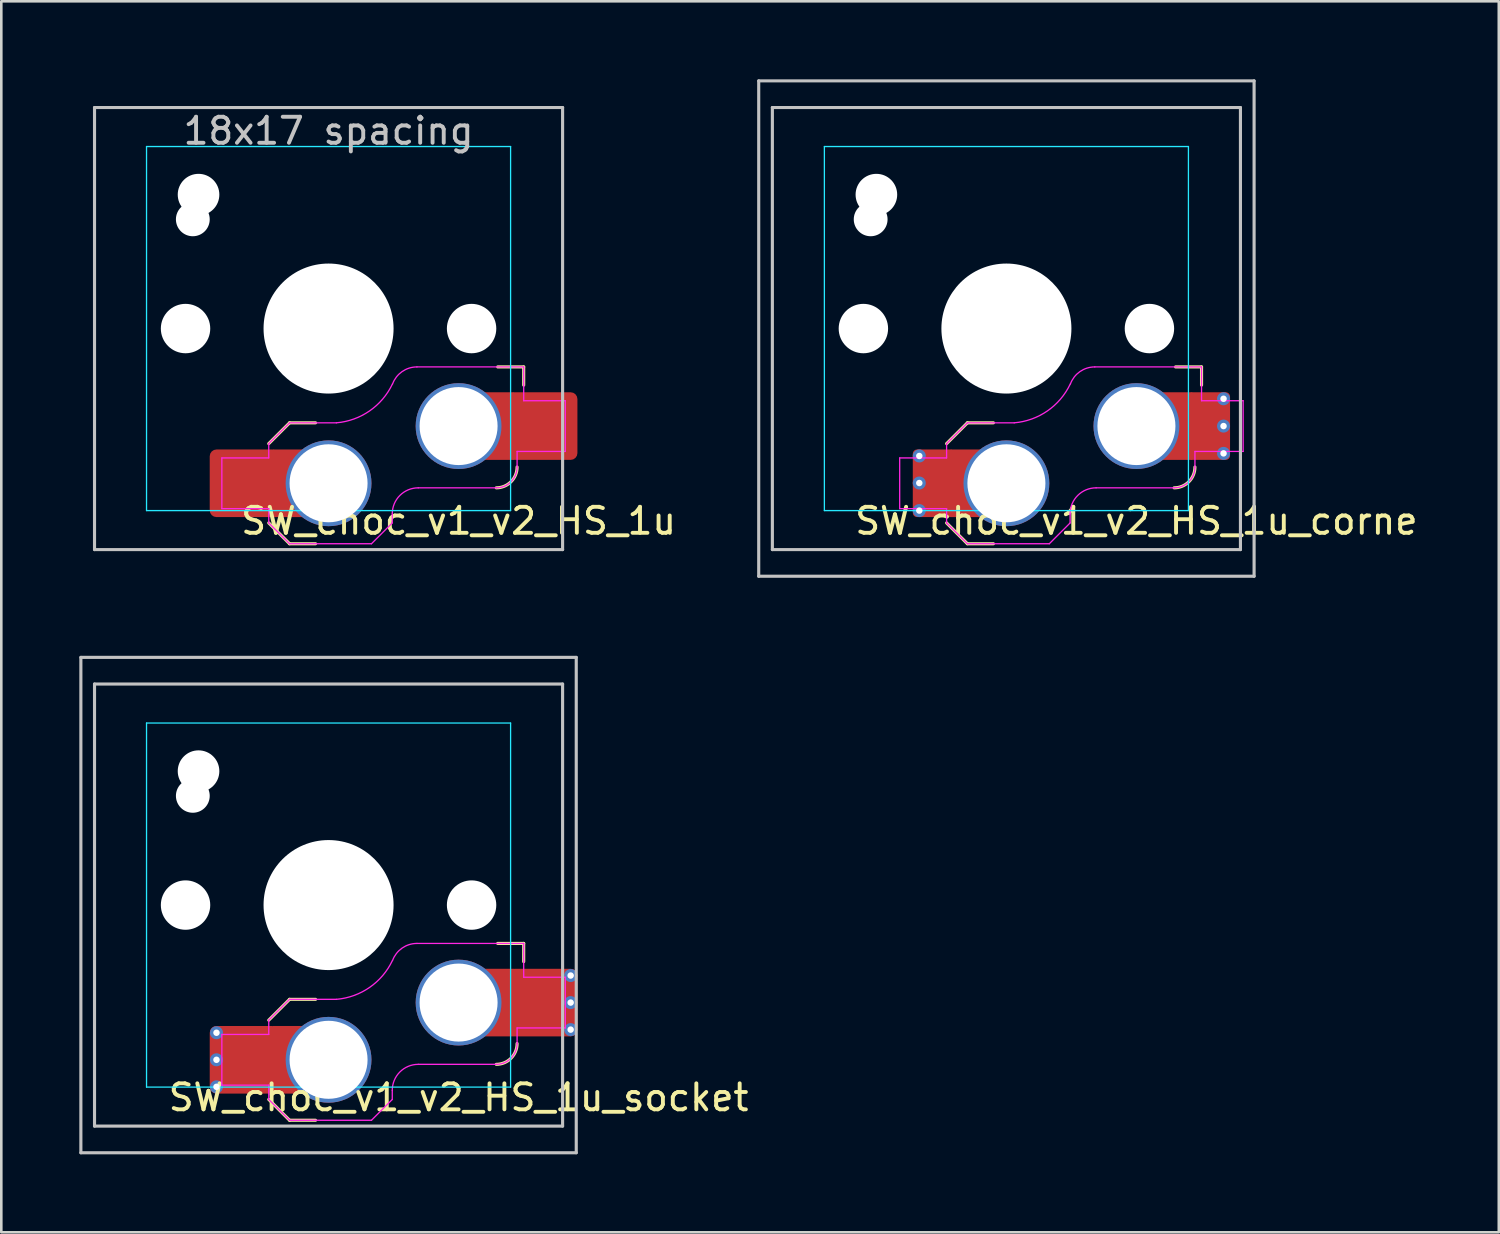
<source format=kicad_pcb>
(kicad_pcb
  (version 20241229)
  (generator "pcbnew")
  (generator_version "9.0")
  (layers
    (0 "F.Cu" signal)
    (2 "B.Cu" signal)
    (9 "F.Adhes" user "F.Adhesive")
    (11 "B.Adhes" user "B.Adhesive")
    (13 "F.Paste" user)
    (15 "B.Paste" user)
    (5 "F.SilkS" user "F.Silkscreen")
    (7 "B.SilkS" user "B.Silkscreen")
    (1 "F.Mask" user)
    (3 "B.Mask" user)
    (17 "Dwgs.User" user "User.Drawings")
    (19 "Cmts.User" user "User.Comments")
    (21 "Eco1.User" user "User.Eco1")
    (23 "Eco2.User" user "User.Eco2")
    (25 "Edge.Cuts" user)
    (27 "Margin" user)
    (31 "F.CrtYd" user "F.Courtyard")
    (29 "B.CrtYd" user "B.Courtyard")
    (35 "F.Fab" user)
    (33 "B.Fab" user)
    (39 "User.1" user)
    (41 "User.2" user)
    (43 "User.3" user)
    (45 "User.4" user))
  (footprint "SW_choc_v1_v2_HS_1u_corne"
    (layer "F.Cu")
    (at 35.652 9.585)
    (property "Reference" "SW_choc_v1_v2_HS_1u_corne" (at 5 7.4 180) (layer "F.SilkS") (effects (font (size 1 1) (thickness 0.15))))
    (attr smd)
    (fp_line (start -2.3 7.475) (end -1.5 8.275) (stroke (width 0.12) (type solid)) (layer "F.SilkS"))
    (fp_line (start -1.5 3.625) (end -2.3 4.425) (stroke (width 0.12) (type solid)) (layer "F.SilkS"))
    (fp_line (start -1.5 3.625) (end -0.5 3.625) (stroke (width 0.12) (type solid)) (layer "F.SilkS"))
    (fp_line (start -1.5 8.275) (end -0.5 8.275) (stroke (width 0.12) (type solid)) (layer "F.SilkS"))
    (fp_line (start 7.504 1.475) (end 6.504 1.475) (stroke (width 0.12) (type solid)) (layer "F.SilkS"))
    (fp_line (start 7.504 1.475) (end 7.504 2.175) (stroke (width 0.12) (type solid)) (layer "F.SilkS"))
    (fp_arc (start 7.25 5.325) (mid 7.015685 5.890685) (end 6.45 6.125) (stroke (width 0.12) (type solid)) (layer "F.SilkS"))
    (fp_line (start -9.525 -9.525) (end 9.525 -9.525) (stroke (width 0.12) (type solid)) (layer "Dwgs.User"))
    (fp_line (start -9.525 9.525) (end -9.525 -9.525) (stroke (width 0.12) (type solid)) (layer "Dwgs.User"))
    (fp_line (start -9 -8.5) (end -9 8.5) (stroke (width 0.12) (type solid)) (layer "Dwgs.User"))
    (fp_line (start -9 8.5) (end 9 8.5) (stroke (width 0.12) (type solid)) (layer "Dwgs.User"))
    (fp_line (start 9 -8.5) (end -9 -8.5) (stroke (width 0.12) (type solid)) (layer "Dwgs.User"))
    (fp_line (start 9 8.5) (end 9 -8.5) (stroke (width 0.12) (type solid)) (layer "Dwgs.User"))
    (fp_line (start 9.525 -9.525) (end 9.525 9.525) (stroke (width 0.12) (type solid)) (layer "Dwgs.User"))
    (fp_line (start 9.525 9.525) (end -9.525 9.525) (stroke (width 0.12) (type solid)) (layer "Dwgs.User"))
    (fp_line (start -6.95 -6.45) (end -6.95 6.45) (stroke (width 0.05) (type solid)) (layer "Eco2.User"))
    (fp_line (start -6.45 6.95) (end 6.45 6.95) (stroke (width 0.05) (type solid)) (layer "Eco2.User"))
    (fp_line (start 6.45 -6.95) (end -6.45 -6.95) (stroke (width 0.05) (type solid)) (layer "Eco2.User"))
    (fp_line (start 6.95 6.45) (end 6.95 -6.45) (stroke (width 0.05) (type solid)) (layer "Eco2.User"))
    (fp_arc (start -6.95 -6.45) (mid -6.803553 -6.803553) (end -6.45 -6.95) (stroke (width 0.05) (type solid)) (layer "Eco2.User"))
    (fp_arc (start -6.45 6.95) (mid -6.803553 6.803553) (end -6.95 6.45) (stroke (width 0.05) (type solid)) (layer "Eco2.User"))
    (fp_arc (start 6.45 -6.95) (mid 6.803553 -6.803553) (end 6.95 -6.45) (stroke (width 0.05) (type solid)) (layer "Eco2.User"))
    (fp_arc (start 6.95 6.45) (mid 6.803553 6.803553) (end 6.45 6.95) (stroke (width 0.05) (type solid)) (layer "Eco2.User"))
    (fp_line (start -7 -7) (end -7 7) (stroke (width 0.05) (type solid)) (layer "B.CrtYd"))
    (fp_line (start -7 7) (end 7 7) (stroke (width 0.05) (type solid)) (layer "B.CrtYd"))
    (fp_line (start 7 -7) (end -7 -7) (stroke (width 0.05) (type solid)) (layer "B.CrtYd"))
    (fp_line (start 7 7) (end 7 -7) (stroke (width 0.05) (type solid)) (layer "B.CrtYd"))
    (fp_line (start -4.104 4.975) (end -4.104 6.925) (stroke (width 0.05) (type solid)) (layer "F.CrtYd"))
    (fp_line (start -4.104 4.975) (end -2.3 4.975) (stroke (width 0.05) (type solid)) (layer "F.CrtYd"))
    (fp_line (start -4.104 6.925) (end -2.3 6.925) (stroke (width 0.05) (type solid)) (layer "F.CrtYd"))
    (fp_line (start -2.3 4.975) (end -2.3 4.425) (stroke (width 0.05) (type solid)) (layer "F.CrtYd"))
    (fp_line (start -2.3 7.475) (end -2.3 6.925) (stroke (width 0.05) (type solid)) (layer "F.CrtYd"))
    (fp_line (start -2.3 7.475) (end -1.5 8.275) (stroke (width 0.05) (type solid)) (layer "F.CrtYd"))
    (fp_line (start -1.5 3.625) (end -2.3 4.425) (stroke (width 0.05) (type solid)) (layer "F.CrtYd"))
    (fp_line (start -1.5 3.625) (end 0.3 3.625) (stroke (width 0.05) (type solid)) (layer "F.CrtYd"))
    (fp_line (start -1.5 8.275) (end 1.65 8.275) (stroke (width 0.05) (type solid)) (layer "F.CrtYd"))
    (fp_line (start 2.45 7.475) (end 1.65 8.275) (stroke (width 0.05) (type solid)) (layer "F.CrtYd"))
    (fp_line (start 2.45 7.475) (end 2.45 7.125) (stroke (width 0.05) (type solid)) (layer "F.CrtYd"))
    (fp_line (start 3.45 6.125) (end 6.45 6.125) (stroke (width 0.05) (type solid)) (layer "F.CrtYd"))
    (fp_line (start 7.25 4.725) (end 9.104 4.725) (stroke (width 0.05) (type solid)) (layer "F.CrtYd"))
    (fp_line (start 7.25 5.325) (end 7.25 4.725) (stroke (width 0.05) (type solid)) (layer "F.CrtYd"))
    (fp_line (start 7.504 1.475) (end 3.4 1.475) (stroke (width 0.05) (type solid)) (layer "F.CrtYd"))
    (fp_line (start 7.504 1.475) (end 7.504 2.175) (stroke (width 0.05) (type solid)) (layer "F.CrtYd"))
    (fp_line (start 7.504 2.175) (end 7.504 2.775) (stroke (width 0.05) (type solid)) (layer "F.CrtYd"))
    (fp_line (start 9.104 2.775) (end 7.504 2.775) (stroke (width 0.05) (type solid)) (layer "F.CrtYd"))
    (fp_line (start 9.104 4.725) (end 9.104 2.775) (stroke (width 0.05) (type solid)) (layer "F.CrtYd"))
    (fp_arc (start 2.45 7.125) (mid 2.742893 6.417893) (end 3.45 6.125) (stroke (width 0.05) (type solid)) (layer "F.CrtYd"))
    (fp_arc (start 2.455444 2.13293) (mid 1.577272 3.167235) (end 0.299999 3.624999) (stroke (width 0.05) (type solid)) (layer "F.CrtYd"))
    (fp_arc (start 2.460307 2.13298) (mid 2.826423 1.655848) (end 3.4 1.475) (stroke (width 0.05) (type solid)) (layer "F.CrtYd"))
    (fp_arc (start 7.25 5.325) (mid 7.015685 5.890685) (end 6.45 6.125) (stroke (width 0.05) (type solid)) (layer "F.CrtYd"))
    (pad "" np_thru_hole circle (at -5.5 0 180) (size 1.9 1.9) (drill 1.9) (layers "*.Cu" "*.Mask"))
    (pad "" np_thru_hole circle (at -5.22 -4.2 180) (size 1.3 1.3) (drill 1.3) (layers "*.Cu" "*.Mask"))
    (pad "" np_thru_hole circle (at -5 -5.15 180) (size 1.6 1.6) (drill 1.6) (layers "*.Cu" "*.Mask"))
    (pad "" np_thru_hole circle (at 0 0 180) (size 5 5) (drill 5) (layers "*.Cu" "*.Mask"))
    (pad "" np_thru_hole circle (at 5.5 0 180) (size 1.9 1.9) (drill 1.9) (layers "*.Cu" "*.Mask"))
    (pad "1" thru_hole circle (at 5 3.75) (size 3.3 3.3) (drill 3) (layers "*.Cu"))
    (pad "1" smd rect (at 6.55 3.75) (size 1.2 2.6) (layers "F.Cu"))
    (pad "1" smd roundrect (at 7.8 3.75) (size 1.6 2.6) (layers "F.Cu" "F.Mask" "F.Paste") (roundrect_rratio 0.1))
    (pad "1" thru_hole circle (at 8.35 2.7) (size 0.5 0.5) (drill 0.25) (layers "*.Cu"))
    (pad "1" thru_hole circle (at 8.35 3.75) (size 0.5 0.5) (drill 0.25) (layers "*.Cu"))
    (pad "1" thru_hole circle (at 8.35 4.8) (size 0.5 0.5) (drill 0.25) (layers "*.Cu"))
    (pad "2" thru_hole circle (at -3.35 4.9) (size 0.5 0.5) (drill 0.25) (layers "*.Cu"))
    (pad "2" thru_hole circle (at -3.35 5.94) (size 0.5 0.5) (drill 0.25) (layers "*.Cu"))
    (pad "2" thru_hole circle (at -3.35 7) (size 0.5 0.5) (drill 0.25) (layers "*.Cu"))
    (pad "2" smd roundrect (at -2.8 5.95) (size 1.6 2.6) (layers "F.Cu" "F.Mask" "F.Paste") (roundrect_rratio 0.1))
    (pad "2" smd rect (at -1.55 5.95 180) (size 1.2 2.6) (layers "F.Cu"))
    (pad "2" thru_hole circle (at 0 5.95) (size 3.3 3.3) (drill 3) (layers "*.Cu")))
  (footprint "SW_choc_v1_v2_HS_1u"
    (layer "F.Cu")
    (at 9.585 9.585)
    (property "Reference" "SW_choc_v1_v2_HS_1u" (at 5 7.4 180) (layer "F.SilkS") (effects (font (size 1 1) (thickness 0.15))))
    (attr smd)
    (fp_line (start -2.3 7.475) (end -1.5 8.275) (stroke (width 0.12) (type solid)) (layer "F.SilkS"))
    (fp_line (start -1.5 3.625) (end -2.3 4.425) (stroke (width 0.12) (type solid)) (layer "F.SilkS"))
    (fp_line (start -1.5 3.625) (end -0.5 3.625) (stroke (width 0.12) (type solid)) (layer "F.SilkS"))
    (fp_line (start -1.5 8.275) (end -0.5 8.275) (stroke (width 0.12) (type solid)) (layer "F.SilkS"))
    (fp_line (start 7.504 1.475) (end 6.504 1.475) (stroke (width 0.12) (type solid)) (layer "F.SilkS"))
    (fp_line (start 7.504 1.475) (end 7.504 2.175) (stroke (width 0.12) (type solid)) (layer "F.SilkS"))
    (fp_arc (start 7.25 5.325) (mid 7.015685 5.890685) (end 6.45 6.125) (stroke (width 0.12) (type solid)) (layer "F.SilkS"))
    (fp_line (start -9 -8.5) (end -9 8.5) (stroke (width 0.12) (type solid)) (layer "Dwgs.User"))
    (fp_line (start -9 8.5) (end 9 8.5) (stroke (width 0.12) (type solid)) (layer "Dwgs.User"))
    (fp_line (start 9 -8.5) (end -9 -8.5) (stroke (width 0.12) (type solid)) (layer "Dwgs.User"))
    (fp_line (start 9 8.5) (end 9 -8.5) (stroke (width 0.12) (type solid)) (layer "Dwgs.User"))
    (fp_line (start -9.525 -9.525) (end 9.525 -9.525) (stroke (width 0.12) (type solid)) (layer "Eco1.User"))
    (fp_line (start -9.525 9.525) (end -9.525 -9.525) (stroke (width 0.12) (type solid)) (layer "Eco1.User"))
    (fp_line (start 9.525 -9.525) (end 9.525 9.525) (stroke (width 0.12) (type solid)) (layer "Eco1.User"))
    (fp_line (start 9.525 9.525) (end -9.525 9.525) (stroke (width 0.12) (type solid)) (layer "Eco1.User"))
    (fp_line (start -6.95 -6.45) (end -6.95 6.45) (stroke (width 0.05) (type solid)) (layer "Eco2.User"))
    (fp_line (start -6.45 6.95) (end 6.45 6.95) (stroke (width 0.05) (type solid)) (layer "Eco2.User"))
    (fp_line (start 6.45 -6.95) (end -6.45 -6.95) (stroke (width 0.05) (type solid)) (layer "Eco2.User"))
    (fp_line (start 6.95 6.45) (end 6.95 -6.45) (stroke (width 0.05) (type solid)) (layer "Eco2.User"))
    (fp_arc (start -6.95 -6.45) (mid -6.803553 -6.803553) (end -6.45 -6.95) (stroke (width 0.05) (type solid)) (layer "Eco2.User"))
    (fp_arc (start -6.45 6.95) (mid -6.803553 6.803553) (end -6.95 6.45) (stroke (width 0.05) (type solid)) (layer "Eco2.User"))
    (fp_arc (start 6.45 -6.95) (mid 6.803553 -6.803553) (end 6.95 -6.45) (stroke (width 0.05) (type solid)) (layer "Eco2.User"))
    (fp_arc (start 6.95 6.45) (mid 6.803553 6.803553) (end 6.45 6.95) (stroke (width 0.05) (type solid)) (layer "Eco2.User"))
    (fp_line (start -7 -7) (end -7 7) (stroke (width 0.05) (type solid)) (layer "B.CrtYd"))
    (fp_line (start -7 7) (end 7 7) (stroke (width 0.05) (type solid)) (layer "B.CrtYd"))
    (fp_line (start 7 -7) (end -7 -7) (stroke (width 0.05) (type solid)) (layer "B.CrtYd"))
    (fp_line (start 7 7) (end 7 -7) (stroke (width 0.05) (type solid)) (layer "B.CrtYd"))
    (fp_line (start -4.104 4.975) (end -4.104 6.925) (stroke (width 0.05) (type solid)) (layer "F.CrtYd"))
    (fp_line (start -4.104 4.975) (end -2.3 4.975) (stroke (width 0.05) (type solid)) (layer "F.CrtYd"))
    (fp_line (start -4.104 6.925) (end -2.3 6.925) (stroke (width 0.05) (type solid)) (layer "F.CrtYd"))
    (fp_line (start -2.3 4.975) (end -2.3 4.425) (stroke (width 0.05) (type solid)) (layer "F.CrtYd"))
    (fp_line (start -2.3 7.475) (end -2.3 6.925) (stroke (width 0.05) (type solid)) (layer "F.CrtYd"))
    (fp_line (start -2.3 7.475) (end -1.5 8.275) (stroke (width 0.05) (type solid)) (layer "F.CrtYd"))
    (fp_line (start -1.5 3.625) (end -2.3 4.425) (stroke (width 0.05) (type solid)) (layer "F.CrtYd"))
    (fp_line (start -1.5 3.625) (end 0.3 3.625) (stroke (width 0.05) (type solid)) (layer "F.CrtYd"))
    (fp_line (start -1.5 8.275) (end 1.65 8.275) (stroke (width 0.05) (type solid)) (layer "F.CrtYd"))
    (fp_line (start 2.45 7.475) (end 1.65 8.275) (stroke (width 0.05) (type solid)) (layer "F.CrtYd"))
    (fp_line (start 2.45 7.475) (end 2.45 7.125) (stroke (width 0.05) (type solid)) (layer "F.CrtYd"))
    (fp_line (start 3.45 6.125) (end 6.45 6.125) (stroke (width 0.05) (type solid)) (layer "F.CrtYd"))
    (fp_line (start 7.25 4.725) (end 9.104 4.725) (stroke (width 0.05) (type solid)) (layer "F.CrtYd"))
    (fp_line (start 7.25 5.325) (end 7.25 4.725) (stroke (width 0.05) (type solid)) (layer "F.CrtYd"))
    (fp_line (start 7.504 1.475) (end 3.4 1.475) (stroke (width 0.05) (type solid)) (layer "F.CrtYd"))
    (fp_line (start 7.504 1.475) (end 7.504 2.175) (stroke (width 0.05) (type solid)) (layer "F.CrtYd"))
    (fp_line (start 7.504 2.175) (end 7.504 2.775) (stroke (width 0.05) (type solid)) (layer "F.CrtYd"))
    (fp_line (start 9.104 2.775) (end 7.504 2.775) (stroke (width 0.05) (type solid)) (layer "F.CrtYd"))
    (fp_line (start 9.104 4.725) (end 9.104 2.775) (stroke (width 0.05) (type solid)) (layer "F.CrtYd"))
    (fp_arc (start 2.45 7.125) (mid 2.742893 6.417893) (end 3.45 6.125) (stroke (width 0.05) (type solid)) (layer "F.CrtYd"))
    (fp_arc (start 2.455444 2.13293) (mid 1.577272 3.167235) (end 0.299999 3.624999) (stroke (width 0.05) (type solid)) (layer "F.CrtYd"))
    (fp_arc (start 2.460307 2.13298) (mid 2.826423 1.655848) (end 3.4 1.475) (stroke (width 0.05) (type solid)) (layer "F.CrtYd"))
    (fp_arc (start 7.25 5.325) (mid 7.015685 5.890685) (end 6.45 6.125) (stroke (width 0.05) (type solid)) (layer "F.CrtYd"))
    (fp_text user "18x17 spacing" (at 0 -7.6 180) (layer "Dwgs.User") (effects (font (size 1 1) (thickness 0.15))))
    (fp_text user "19.05 spacing" (at 0 -8.7 180) (layer "Eco1.User") (effects (font (size 1 1) (thickness 0.15))))
    (pad "" np_thru_hole circle (at -5.5 0 180) (size 1.9 1.9) (drill 1.9) (layers "*.Cu" "*.Mask"))
    (pad "" np_thru_hole circle (at -5.22 -4.2 180) (size 1.3 1.3) (drill 1.3) (layers "*.Cu" "*.Mask"))
    (pad "" np_thru_hole circle (at -5 -5.15 180) (size 1.6 1.6) (drill 1.6) (layers "*.Cu" "*.Mask"))
    (pad "" np_thru_hole circle (at 0 0 180) (size 5 5) (drill 5) (layers "*.Cu" "*.Mask"))
    (pad "" np_thru_hole circle (at 5.5 0 180) (size 1.9 1.9) (drill 1.9) (layers "*.Cu" "*.Mask"))
    (pad "1" thru_hole circle (at 5 3.75) (size 3.3 3.3) (drill 3) (layers "*.Cu"))
    (pad "1" smd rect (at 6.55 3.75) (size 1.2 2.6) (layers "F.Cu"))
    (pad "1" smd roundrect (at 8.245 3.75) (size 2.65 2.6) (layers "F.Cu" "F.Mask" "F.Paste") (roundrect_rratio 0.1))
    (pad "2" smd roundrect (at -3.245 5.95) (size 2.65 2.6) (layers "F.Cu" "F.Mask" "F.Paste") (roundrect_rratio 0.1))
    (pad "2" smd rect (at -1.55 5.95 180) (size 1.2 2.6) (layers "F.Cu"))
    (pad "2" thru_hole circle (at 0 5.95) (size 3.3 3.3) (drill 3) (layers "*.Cu")))
  (footprint "SW_choc_v1_v2_HS_1u_socket"
    (layer "F.Cu")
    (at 9.585 31.755)
    (property "Reference" "SW_choc_v1_v2_HS_1u_socket" (at 5 7.4 180) (layer "F.SilkS") (effects (font (size 1 1) (thickness 0.15))))
    (attr smd)
    (fp_line (start -2.3 7.475) (end -1.5 8.275) (stroke (width 0.12) (type solid)) (layer "F.SilkS"))
    (fp_line (start -1.5 3.625) (end -2.3 4.425) (stroke (width 0.12) (type solid)) (layer "F.SilkS"))
    (fp_line (start -1.5 3.625) (end -0.5 3.625) (stroke (width 0.12) (type solid)) (layer "F.SilkS"))
    (fp_line (start -1.5 8.275) (end -0.5 8.275) (stroke (width 0.12) (type solid)) (layer "F.SilkS"))
    (fp_line (start 7.504 1.475) (end 6.504 1.475) (stroke (width 0.12) (type solid)) (layer "F.SilkS"))
    (fp_line (start 7.504 1.475) (end 7.504 2.175) (stroke (width 0.12) (type solid)) (layer "F.SilkS"))
    (fp_arc (start 7.25 5.325) (mid 7.015685 5.890685) (end 6.45 6.125) (stroke (width 0.12) (type solid)) (layer "F.SilkS"))
    (fp_line (start -9.525 -9.525) (end 9.525 -9.525) (stroke (width 0.12) (type solid)) (layer "Dwgs.User"))
    (fp_line (start -9.525 9.525) (end -9.525 -9.525) (stroke (width 0.12) (type solid)) (layer "Dwgs.User"))
    (fp_line (start -9 -8.5) (end -9 8.5) (stroke (width 0.12) (type solid)) (layer "Dwgs.User"))
    (fp_line (start -9 8.5) (end 9 8.5) (stroke (width 0.12) (type solid)) (layer "Dwgs.User"))
    (fp_line (start 9 -8.5) (end -9 -8.5) (stroke (width 0.12) (type solid)) (layer "Dwgs.User"))
    (fp_line (start 9 8.5) (end 9 -8.5) (stroke (width 0.12) (type solid)) (layer "Dwgs.User"))
    (fp_line (start 9.525 -9.525) (end 9.525 9.525) (stroke (width 0.12) (type solid)) (layer "Dwgs.User"))
    (fp_line (start 9.525 9.525) (end -9.525 9.525) (stroke (width 0.12) (type solid)) (layer "Dwgs.User"))
    (fp_line (start -6.95 -6.45) (end -6.95 6.45) (stroke (width 0.05) (type solid)) (layer "Eco2.User"))
    (fp_line (start -6.45 6.95) (end 6.45 6.95) (stroke (width 0.05) (type solid)) (layer "Eco2.User"))
    (fp_line (start 6.45 -6.95) (end -6.45 -6.95) (stroke (width 0.05) (type solid)) (layer "Eco2.User"))
    (fp_line (start 6.95 6.45) (end 6.95 -6.45) (stroke (width 0.05) (type solid)) (layer "Eco2.User"))
    (fp_arc (start -6.95 -6.45) (mid -6.803553 -6.803553) (end -6.45 -6.95) (stroke (width 0.05) (type solid)) (layer "Eco2.User"))
    (fp_arc (start -6.45 6.95) (mid -6.803553 6.803553) (end -6.95 6.45) (stroke (width 0.05) (type solid)) (layer "Eco2.User"))
    (fp_arc (start 6.45 -6.95) (mid 6.803553 -6.803553) (end 6.95 -6.45) (stroke (width 0.05) (type solid)) (layer "Eco2.User"))
    (fp_arc (start 6.95 6.45) (mid 6.803553 6.803553) (end 6.45 6.95) (stroke (width 0.05) (type solid)) (layer "Eco2.User"))
    (fp_line (start -7 -7) (end -7 7) (stroke (width 0.05) (type solid)) (layer "B.CrtYd"))
    (fp_line (start -7 7) (end 7 7) (stroke (width 0.05) (type solid)) (layer "B.CrtYd"))
    (fp_line (start 7 -7) (end -7 -7) (stroke (width 0.05) (type solid)) (layer "B.CrtYd"))
    (fp_line (start 7 7) (end 7 -7) (stroke (width 0.05) (type solid)) (layer "B.CrtYd"))
    (fp_line (start -4.104 4.975) (end -4.104 6.925) (stroke (width 0.05) (type solid)) (layer "F.CrtYd"))
    (fp_line (start -4.104 4.975) (end -2.3 4.975) (stroke (width 0.05) (type solid)) (layer "F.CrtYd"))
    (fp_line (start -4.104 6.925) (end -2.3 6.925) (stroke (width 0.05) (type solid)) (layer "F.CrtYd"))
    (fp_line (start -2.3 4.975) (end -2.3 4.425) (stroke (width 0.05) (type solid)) (layer "F.CrtYd"))
    (fp_line (start -2.3 7.475) (end -2.3 6.925) (stroke (width 0.05) (type solid)) (layer "F.CrtYd"))
    (fp_line (start -2.3 7.475) (end -1.5 8.275) (stroke (width 0.05) (type solid)) (layer "F.CrtYd"))
    (fp_line (start -1.5 3.625) (end -2.3 4.425) (stroke (width 0.05) (type solid)) (layer "F.CrtYd"))
    (fp_line (start -1.5 3.625) (end 0.3 3.625) (stroke (width 0.05) (type solid)) (layer "F.CrtYd"))
    (fp_line (start -1.5 8.275) (end 1.65 8.275) (stroke (width 0.05) (type solid)) (layer "F.CrtYd"))
    (fp_line (start 2.45 7.475) (end 1.65 8.275) (stroke (width 0.05) (type solid)) (layer "F.CrtYd"))
    (fp_line (start 2.45 7.475) (end 2.45 7.125) (stroke (width 0.05) (type solid)) (layer "F.CrtYd"))
    (fp_line (start 3.45 6.125) (end 6.45 6.125) (stroke (width 0.05) (type solid)) (layer "F.CrtYd"))
    (fp_line (start 7.25 4.725) (end 9.104 4.725) (stroke (width 0.05) (type solid)) (layer "F.CrtYd"))
    (fp_line (start 7.25 5.325) (end 7.25 4.725) (stroke (width 0.05) (type solid)) (layer "F.CrtYd"))
    (fp_line (start 7.504 1.475) (end 3.4 1.475) (stroke (width 0.05) (type solid)) (layer "F.CrtYd"))
    (fp_line (start 7.504 1.475) (end 7.504 2.175) (stroke (width 0.05) (type solid)) (layer "F.CrtYd"))
    (fp_line (start 7.504 2.175) (end 7.504 2.775) (stroke (width 0.05) (type solid)) (layer "F.CrtYd"))
    (fp_line (start 9.104 2.775) (end 7.504 2.775) (stroke (width 0.05) (type solid)) (layer "F.CrtYd"))
    (fp_line (start 9.104 4.725) (end 9.104 2.775) (stroke (width 0.05) (type solid)) (layer "F.CrtYd"))
    (fp_arc (start 2.45 7.125) (mid 2.742893 6.417893) (end 3.45 6.125) (stroke (width 0.05) (type solid)) (layer "F.CrtYd"))
    (fp_arc (start 2.455444 2.13293) (mid 1.577272 3.167235) (end 0.299999 3.624999) (stroke (width 0.05) (type solid)) (layer "F.CrtYd"))
    (fp_arc (start 2.460307 2.13298) (mid 2.826423 1.655848) (end 3.4 1.475) (stroke (width 0.05) (type solid)) (layer "F.CrtYd"))
    (fp_arc (start 7.25 5.325) (mid 7.015685 5.890685) (end 6.45 6.125) (stroke (width 0.05) (type solid)) (layer "F.CrtYd"))
    (pad "" np_thru_hole circle (at -5.5 0 180) (size 1.9 1.9) (drill 1.9) (layers "*.Cu" "*.Mask"))
    (pad "" np_thru_hole circle (at -5.22 -4.2 180) (size 1.3 1.3) (drill 1.3) (layers "*.Cu" "*.Mask"))
    (pad "" np_thru_hole circle (at -5 -5.15 180) (size 1.6 1.6) (drill 1.6) (layers "*.Cu" "*.Mask"))
    (pad "" np_thru_hole circle (at 0 0 180) (size 5 5) (drill 5) (layers "*.Cu" "*.Mask"))
    (pad "" np_thru_hole circle (at 5.5 0 180) (size 1.9 1.9) (drill 1.9) (layers "*.Cu" "*.Mask"))
    (pad "1" thru_hole circle (at 5 3.75) (size 3.3 3.3) (drill 3) (layers "*.Cu"))
    (pad "1" smd rect (at 6.55 3.75) (size 1.2 2.6) (layers "F.Cu"))
    (pad "1" smd roundrect (at 8.245 3.75) (size 2.65 2.6) (layers "F.Cu" "F.Mask" "F.Paste") (roundrect_rratio 0.1))
    (pad "1" thru_hole circle (at 9.31 2.71) (size 0.5 0.5) (drill 0.25) (layers "*.Cu"))
    (pad "1" thru_hole circle (at 9.31 3.75) (size 0.5 0.5) (drill 0.25) (layers "*.Cu"))
    (pad "1" thru_hole circle (at 9.31 4.79) (size 0.5 0.5) (drill 0.25) (layers "*.Cu"))
    (pad "2" thru_hole circle (at -4.31 4.91) (size 0.5 0.5) (drill 0.25) (layers "*.Cu"))
    (pad "2" thru_hole circle (at -4.31 5.95) (size 0.5 0.5) (drill 0.25) (layers "*.Cu"))
    (pad "2" thru_hole circle (at -4.31 6.99) (size 0.5 0.5) (drill 0.25) (layers "*.Cu"))
    (pad "2" smd roundrect (at -3.245 5.95) (size 2.65 2.6) (layers "F.Cu" "F.Mask" "F.Paste") (roundrect_rratio 0.1))
    (pad "2" smd rect (at -1.55 5.95 180) (size 1.2 2.6) (layers "F.Cu"))
    (pad "2" thru_hole circle (at 0 5.95) (size 3.3 3.3) (drill 3) (layers "*.Cu")))
  (gr_rect
    (start -3 -3)
    (end 54.587 44.34)
    (stroke (width 0.1) (type default))
    (fill no)
    (layer "Edge.Cuts")))
</source>
